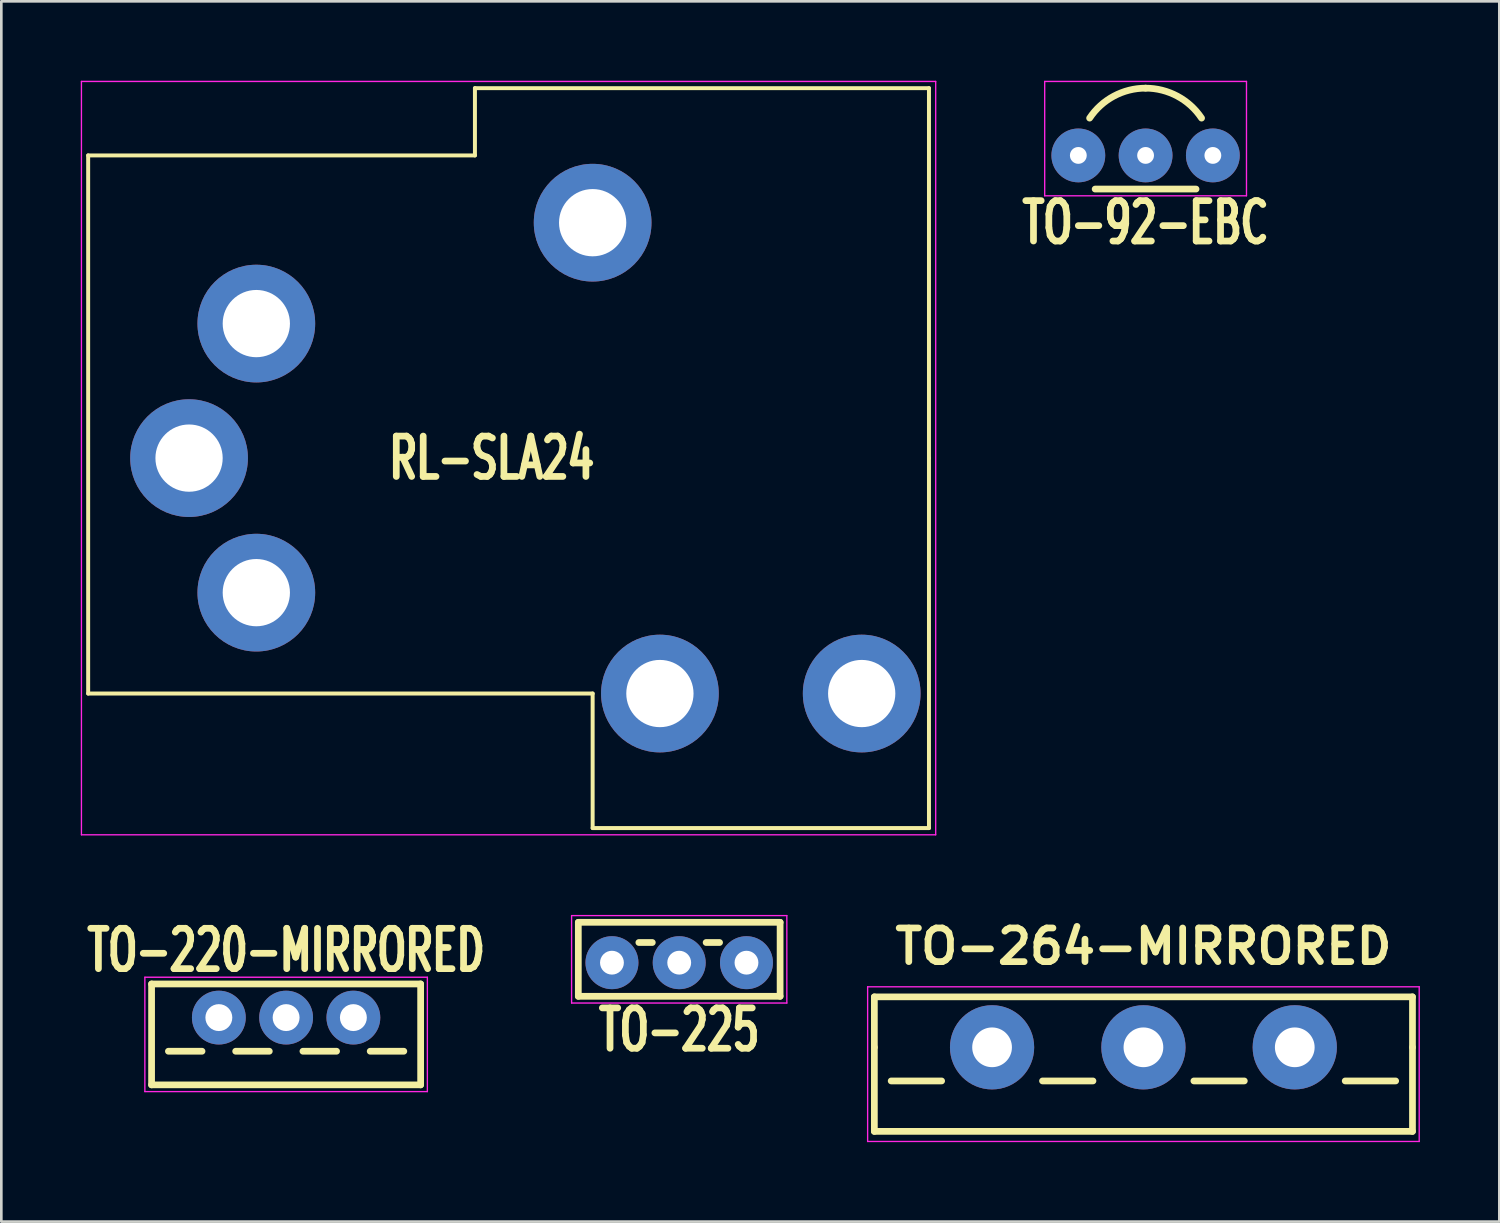
<source format=kicad_pcb>
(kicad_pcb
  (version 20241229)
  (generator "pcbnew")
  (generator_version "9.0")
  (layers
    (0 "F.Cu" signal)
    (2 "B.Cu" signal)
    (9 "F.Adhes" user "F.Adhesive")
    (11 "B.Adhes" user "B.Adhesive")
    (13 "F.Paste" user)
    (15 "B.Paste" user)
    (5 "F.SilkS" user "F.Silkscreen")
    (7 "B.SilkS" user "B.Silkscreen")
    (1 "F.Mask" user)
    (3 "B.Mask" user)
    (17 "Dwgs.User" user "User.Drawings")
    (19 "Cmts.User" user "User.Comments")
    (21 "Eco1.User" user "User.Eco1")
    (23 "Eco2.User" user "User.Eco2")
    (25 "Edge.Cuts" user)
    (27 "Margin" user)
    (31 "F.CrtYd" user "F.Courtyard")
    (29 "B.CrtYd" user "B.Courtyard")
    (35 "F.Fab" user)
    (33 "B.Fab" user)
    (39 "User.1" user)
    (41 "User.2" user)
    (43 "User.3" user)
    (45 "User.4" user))
  (footprint "TO-220-MIRRORED"
    (layer "F.Cu")
    (at 7.754 35.376)
    (property "Reference" "TO-220-MIRRORED" (at 0 -2.54 0) (layer "F.SilkS") (effects (font (size 1.524 1.016) (thickness 0.254))))
    (attr through_hole)
    (fp_line (start -5.08 -1.27) (end -5.08 2.54) (stroke (width 0.254) (type solid)) (layer "F.SilkS"))
    (fp_line (start -5.08 -1.27) (end 5.08 -1.27) (stroke (width 0.254) (type solid)) (layer "F.SilkS"))
    (fp_line (start -4.445 1.27) (end -3.175 1.27) (stroke (width 0.254) (type solid)) (layer "F.SilkS"))
    (fp_line (start -1.905 1.27) (end -0.635 1.27) (stroke (width 0.254) (type solid)) (layer "F.SilkS"))
    (fp_line (start 0.635 1.27) (end 1.905 1.27) (stroke (width 0.254) (type solid)) (layer "F.SilkS"))
    (fp_line (start 3.175 1.27) (end 4.445 1.27) (stroke (width 0.254) (type solid)) (layer "F.SilkS"))
    (fp_line (start 5.08 2.54) (end -5.08 2.54) (stroke (width 0.254) (type solid)) (layer "F.SilkS"))
    (fp_line (start 5.08 2.54) (end 5.08 -1.27) (stroke (width 0.254) (type solid)) (layer "F.SilkS"))
    (fp_line (start -5.334 -1.524) (end -5.334 2.794) (stroke (width 0.051) (type solid)) (layer "F.CrtYd"))
    (fp_line (start -5.334 2.794) (end 5.334 2.794) (stroke (width 0.051) (type solid)) (layer "F.CrtYd"))
    (fp_line (start 5.334 -1.524) (end -5.334 -1.524) (stroke (width 0.051) (type solid)) (layer "F.CrtYd"))
    (fp_line (start 5.334 2.794) (end 5.334 -1.524) (stroke (width 0.051) (type solid)) (layer "F.CrtYd"))
    (pad "1" thru_hole circle (at 0 0) (size 2.032 2.032) (drill 1.016) (layers "*.Cu" "*.Mask"))
    (pad "2" thru_hole circle (at -2.54 0) (size 2.032 2.032) (drill 1.016) (layers "*.Cu" "*.Mask"))
    (pad "3" thru_hole circle (at 2.54 0) (size 2.032 2.032) (drill 1.016) (layers "*.Cu" "*.Mask")))
  (footprint "TO-264-MIRRORED"
    (layer "F.Cu")
    (at 40.127 36.498)
    (property "Reference" "TO-264-MIRRORED" (at 0 -3.81 0) (layer "F.SilkS") (effects (font (size 1.27 1.27) (thickness 0.254))))
    (attr through_hole)
    (fp_line (start -10.16 -1.905) (end -10.16 0) (stroke (width 0.254) (type solid)) (layer "F.SilkS"))
    (fp_line (start -10.16 -1.905) (end 10.16 -1.905) (stroke (width 0.254) (type solid)) (layer "F.SilkS"))
    (fp_line (start -10.16 3.175) (end -10.16 0) (stroke (width 0.254) (type solid)) (layer "F.SilkS"))
    (fp_line (start -10.16 3.175) (end 10.16 3.175) (stroke (width 0.254) (type solid)) (layer "F.SilkS"))
    (fp_line (start -7.62 1.27) (end -9.525 1.27) (stroke (width 0.254) (type solid)) (layer "F.SilkS"))
    (fp_line (start -1.905 1.27) (end -3.81 1.27) (stroke (width 0.254) (type solid)) (layer "F.SilkS"))
    (fp_line (start 1.905 1.27) (end 3.81 1.27) (stroke (width 0.254) (type solid)) (layer "F.SilkS"))
    (fp_line (start 7.62 1.27) (end 9.525 1.27) (stroke (width 0.254) (type solid)) (layer "F.SilkS"))
    (fp_line (start 10.16 0) (end 10.16 -1.905) (stroke (width 0.254) (type solid)) (layer "F.SilkS"))
    (fp_line (start 10.16 0) (end 10.16 3.175) (stroke (width 0.254) (type solid)) (layer "F.SilkS"))
    (fp_line (start -10.414 -2.286) (end 10.414 -2.286) (stroke (width 0.051) (type solid)) (layer "F.CrtYd"))
    (fp_line (start -10.414 3.556) (end -10.414 -2.286) (stroke (width 0.051) (type solid)) (layer "F.CrtYd"))
    (fp_line (start 10.414 -2.286) (end 10.414 3.556) (stroke (width 0.051) (type solid)) (layer "F.CrtYd"))
    (fp_line (start 10.414 3.556) (end -10.414 3.556) (stroke (width 0.051) (type solid)) (layer "F.CrtYd"))
    (pad "1" thru_hole circle (at 0 0) (size 3.18 3.18) (drill 1.5) (layers "*.Cu" "*.Mask"))
    (pad "2" thru_hole circle (at -5.715 0) (size 3.18 3.18) (drill 1.5) (layers "*.Cu" "*.Mask"))
    (pad "3" thru_hole circle (at 5.715 0) (size 3.18 3.18) (drill 1.5) (layers "*.Cu" "*.Mask")))
  (footprint "TO-92-EBC"
    (layer "F.Cu")
    (at 40.209 2.819)
    (property "Reference" "TO-92-EBC" (at 0 2.54 0) (layer "F.SilkS") (effects (font (size 1.524 1.016) (thickness 0.254))))
    (attr through_hole)
    (fp_line (start -1.905 1.27) (end 1.905 1.27) (stroke (width 0.254) (type solid)) (layer "F.SilkS"))
    (fp_arc (start -2.113408 -1.408938) (mid -1.198519 -2.239453) (end 0 -2.54) (stroke (width 0.254) (type solid)) (layer "F.SilkS"))
    (fp_arc (start 0 -2.54) (mid 1.198519 -2.239453) (end 2.113408 -1.408938) (stroke (width 0.254) (type solid)) (layer "F.SilkS"))
    (fp_line (start -3.81 -2.794) (end -3.81 1.524) (stroke (width 0.051) (type solid)) (layer "F.CrtYd"))
    (fp_line (start -3.81 -2.794) (end 3.81 -2.794) (stroke (width 0.051) (type solid)) (layer "F.CrtYd"))
    (fp_line (start -3.81 1.524) (end 3.81 1.524) (stroke (width 0.051) (type solid)) (layer "F.CrtYd"))
    (fp_line (start 3.81 1.524) (end 3.81 -2.794) (stroke (width 0.051) (type solid)) (layer "F.CrtYd"))
    (pad "1" thru_hole circle (at 2.54 0) (size 2.032 2.032) (drill 0.635) (layers "*.Cu" "*.Mask"))
    (pad "2" thru_hole circle (at 0 0) (size 2.032 2.032) (drill 0.635) (layers "*.Cu" "*.Mask"))
    (pad "3" thru_hole circle (at -2.54 0) (size 2.032 2.032) (drill 0.635) (layers "*.Cu" "*.Mask")))
  (footprint "TO-225"
    (layer "F.Cu")
    (at 22.598 33.302)
    (property "Reference" "TO-225" (at 0 2.54 0) (layer "F.SilkS") (effects (font (size 1.524 1.016) (thickness 0.254))))
    (attr through_hole)
    (fp_line (start -3.81 -1.524) (end 3.81 -1.524) (stroke (width 0.254) (type solid)) (layer "F.SilkS"))
    (fp_line (start -3.81 1.27) (end -3.81 -1.524) (stroke (width 0.254) (type solid)) (layer "F.SilkS"))
    (fp_line (start -1.524 -0.762) (end -1.016 -0.762) (stroke (width 0.254) (type solid)) (layer "F.SilkS"))
    (fp_line (start 1.016 -0.762) (end 1.524 -0.762) (stroke (width 0.254) (type solid)) (layer "F.SilkS"))
    (fp_line (start 3.81 -1.524) (end 3.81 1.27) (stroke (width 0.254) (type solid)) (layer "F.SilkS"))
    (fp_line (start 3.81 1.27) (end -3.81 1.27) (stroke (width 0.254) (type solid)) (layer "F.SilkS"))
    (fp_line (start -4.064 -1.778) (end -4.064 1.524) (stroke (width 0.051) (type solid)) (layer "F.CrtYd"))
    (fp_line (start -4.064 1.524) (end 4.064 1.524) (stroke (width 0.051) (type solid)) (layer "F.CrtYd"))
    (fp_line (start 4.064 -1.778) (end -4.064 -1.778) (stroke (width 0.051) (type solid)) (layer "F.CrtYd"))
    (fp_line (start 4.064 1.524) (end 4.064 -1.778) (stroke (width 0.051) (type solid)) (layer "F.CrtYd"))
    (pad "1" thru_hole circle (at 0 0) (size 2 2) (drill 0.9) (layers "*.Cu" "*.Mask"))
    (pad "2" thru_hole circle (at 2.54 0) (size 2 2) (drill 0.9) (layers "*.Cu" "*.Mask"))
    (pad "3" thru_hole circle (at -2.54 0) (size 2 2) (drill 0.9) (layers "*.Cu" "*.Mask")))
  (footprint "RL-SLA24"
    (layer "F.Cu")
    (at 32.029 14.249)
    (property "Reference" "RL-SLA24" (at -16.51 0 0) (layer "F.SilkS") (effects (font (size 1.524 1.016) (thickness 0.254))))
    (attr through_hole)
    (fp_line (start -31.75 8.89) (end -31.75 -11.43) (stroke (width 0.15) (type solid)) (layer "F.SilkS"))
    (fp_line (start -17.145 -11.43) (end -31.75 -11.43) (stroke (width 0.15) (type solid)) (layer "F.SilkS"))
    (fp_line (start -17.145 -11.43) (end -17.145 -13.97) (stroke (width 0.15) (type solid)) (layer "F.SilkS"))
    (fp_line (start -12.7 8.89) (end -31.75 8.89) (stroke (width 0.15) (type solid)) (layer "F.SilkS"))
    (fp_line (start -12.7 8.89) (end -12.7 13.97) (stroke (width 0.15) (type solid)) (layer "F.SilkS"))
    (fp_line (start 0 -13.97) (end -17.145 -13.97) (stroke (width 0.15) (type solid)) (layer "F.SilkS"))
    (fp_line (start 0 0) (end 0 -13.97) (stroke (width 0.15) (type solid)) (layer "F.SilkS"))
    (fp_line (start 0 0) (end 0 13.97) (stroke (width 0.15) (type solid)) (layer "F.SilkS"))
    (fp_line (start 0 13.97) (end -12.7 13.97) (stroke (width 0.15) (type solid)) (layer "F.SilkS"))
    (fp_line (start -32.004 -14.224) (end 0.254 -14.224) (stroke (width 0.051) (type solid)) (layer "F.CrtYd"))
    (fp_line (start -32.004 14.224) (end -32.004 -14.224) (stroke (width 0.051) (type solid)) (layer "F.CrtYd"))
    (fp_line (start 0.254 -14.224) (end 0.254 14.224) (stroke (width 0.051) (type solid)) (layer "F.CrtYd"))
    (fp_line (start 0.254 14.224) (end -32.004 14.224) (stroke (width 0.051) (type solid)) (layer "F.CrtYd"))
    (pad "1" thru_hole circle (at -27.94 0) (size 4.445 4.445) (drill 2.54) (layers "*.Cu" "*.Mask"))
    (pad "1" thru_hole circle (at -12.7 -8.89) (size 4.445 4.445) (drill 2.54) (layers "*.Cu" "*.Mask"))
    (pad "2" thru_hole circle (at -10.16 8.89) (size 4.445 4.445) (drill 2.54) (layers "*.Cu" "*.Mask"))
    (pad "3" thru_hole circle (at -25.4 -5.08) (size 4.445 4.445) (drill 2.54) (layers "*.Cu" "*.Mask"))
    (pad "4" thru_hole circle (at -25.4 5.08) (size 4.445 4.445) (drill 2.54) (layers "*.Cu" "*.Mask"))
    (pad "5" thru_hole circle (at -2.54 8.89) (size 4.445 4.445) (drill 2.54) (layers "*.Cu" "*.Mask")))
  (gr_rect
    (start -3 -3)
    (end 53.566 43.079)
    (stroke (width 0.1) (type default))
    (fill no)
    (layer "Edge.Cuts")))
</source>
